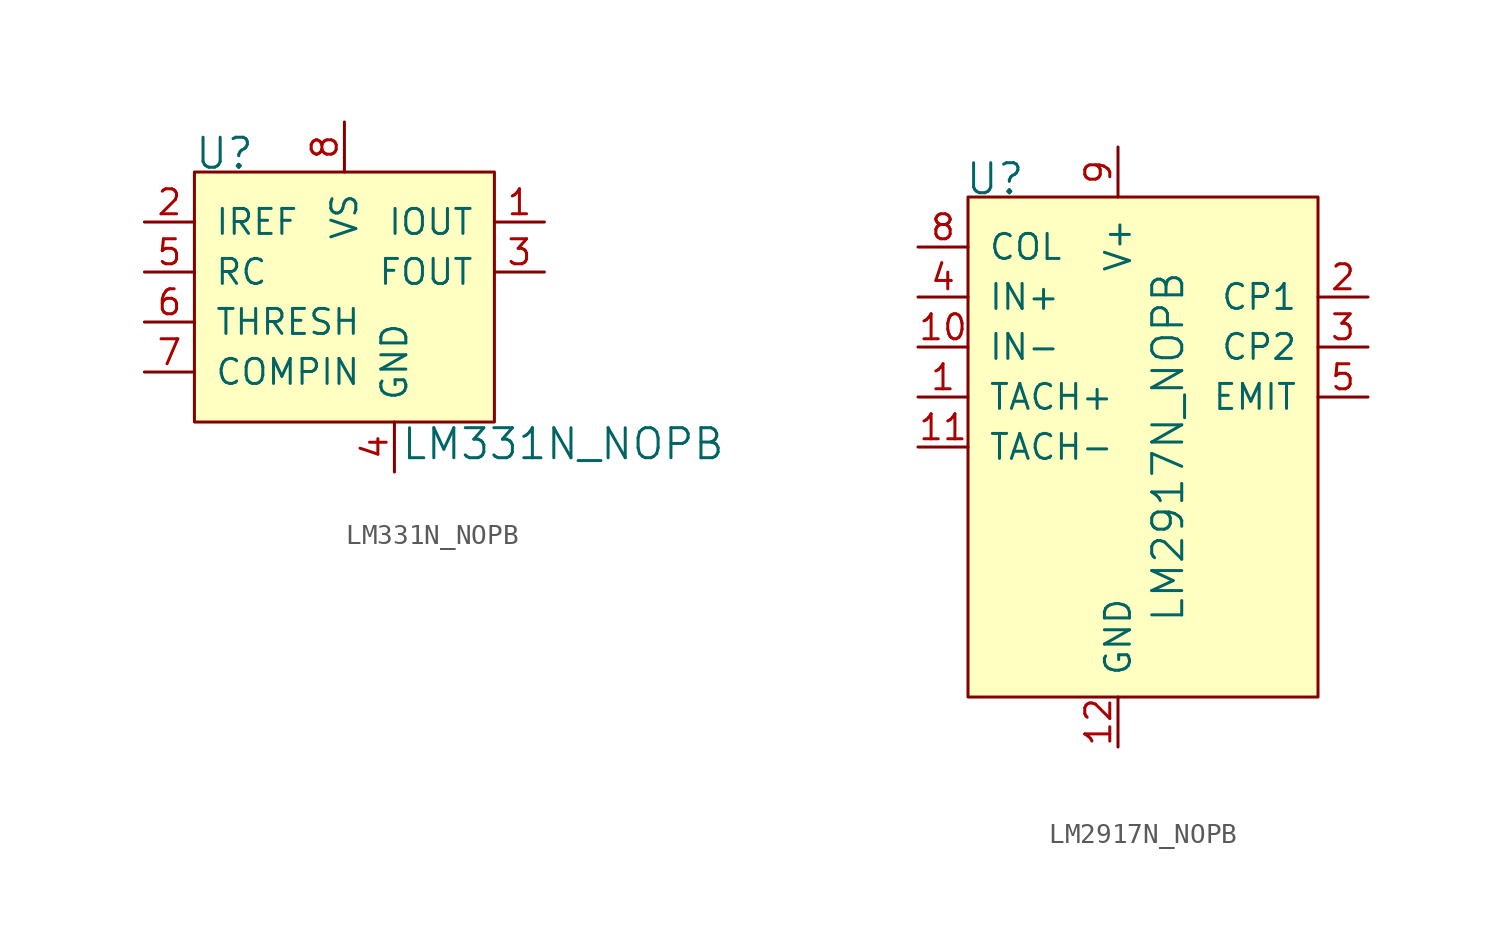
<source format=kicad_sym>
(kicad_symbol_lib
  (version 20201005)
  (generator kicad_symbol_editor)
  (symbol "LM331N_NOPB"
    (pin_names
      (offset 1.016))
    (property "Reference" "U"
      (at -7.645 0.94 0)
      (effects (font (size 1.524 1.524)) (justify left)))
    (property "Value" "LM331N_NOPB"
      (at 2.845 -13.818 0)
      (effects (font (size 1.524 1.524)) (justify left)))
    (symbol "LM331N_NOPB_0_1"
      (rectangle (start -7.62 0) (end 7.62 -12.7) (stroke (width 0)) (fill (type background))))
    (symbol "LM331N_NOPB_1_1"
      (pin output line (at 10.16 -2.54 180) (length 2.54) (name "IOUT" (effects (font (size 1.27 1.27)))) (number "1" (effects (font (size 1.27 1.27)))))
      (pin input line (at -10.16 -2.54 0) (length 2.54) (name "IREF" (effects (font (size 1.27 1.27)))) (number "2" (effects (font (size 1.27 1.27)))))
      (pin output line (at 10.16 -5.08 180) (length 2.54) (name "FOUT" (effects (font (size 1.27 1.27)))) (number "3" (effects (font (size 1.27 1.27)))))
      (pin power_in line (at 2.54 -15.24 90) (length 2.54) (name "GND" (effects (font (size 1.27 1.27)))) (number "4" (effects (font (size 1.27 1.27)))))
      (pin input line (at -10.16 -5.08 0) (length 2.54) (name "RC" (effects (font (size 1.27 1.27)))) (number "5" (effects (font (size 1.27 1.27)))))
      (pin input line (at -10.16 -7.62 0) (length 2.54) (name "THRESH" (effects (font (size 1.27 1.27)))) (number "6" (effects (font (size 1.27 1.27)))))
      (pin input line (at -10.16 -10.16 0) (length 2.54) (name "COMPIN" (effects (font (size 1.27 1.27)))) (number "7" (effects (font (size 1.27 1.27)))))
      (pin power_in line (at 0 2.54 270) (length 2.54) (name "VS" (effects (font (size 1.27 1.27)))) (number "8" (effects (font (size 1.27 1.27)))))))
  (symbol "LM2917N_NOPB"
    (pin_names
      (offset 1.016))
    (property "Reference" "U"
      (at -7.798 11.074 0)
      (effects (font (size 1.524 1.524)) (justify left)))
    (property "Value" "LM2917N_NOPB"
      (at 2.54 -2.54 90)
      (effects (font (size 1.524 1.524))))
    (symbol "LM2917N_NOPB_0_1"
      (rectangle (start -7.62 10.16) (end 10.16 -15.24) (stroke (width 0)) (fill (type background))))
    (symbol "LM2917N_NOPB_1_1"
      (pin input line (at -10.16 0 0) (length 2.54) (name "TACH+" (effects (font (size 1.27 1.27)))) (number "1" (effects (font (size 1.27 1.27)))))
      (pin output line (at 12.7 5.08 180) (length 2.54) (name "CP1" (effects (font (size 1.27 1.27)))) (number "2" (effects (font (size 1.27 1.27)))))
      (pin output line (at 12.7 2.54 180) (length 2.54) (name "CP2" (effects (font (size 1.27 1.27)))) (number "3" (effects (font (size 1.27 1.27)))))
      (pin input line (at -10.16 5.08 0) (length 2.54) (name "IN+" (effects (font (size 1.27 1.27)))) (number "4" (effects (font (size 1.27 1.27)))))
      (pin output line (at 12.7 0 180) (length 2.54) (name "EMIT" (effects (font (size 1.27 1.27)))) (number "5" (effects (font (size 1.27 1.27)))))
      (pin no_connect line (at -7.62 -5.08 0) (length 2.54) hide (name "NC" (effects (font (size 1.27 1.27)))) (number "6" (effects (font (size 1.27 1.27)))))
      (pin no_connect line (at -7.62 -7.62 0) (length 2.54) hide (name "NC" (effects (font (size 1.27 1.27)))) (number "7" (effects (font (size 1.27 1.27)))))
      (pin input line (at -10.16 7.62 0) (length 2.54) (name "COL" (effects (font (size 1.27 1.27)))) (number "8" (effects (font (size 1.27 1.27)))))
      (pin power_in line (at 0 12.7 270) (length 2.54) (name "V+" (effects (font (size 1.27 1.27)))) (number "9" (effects (font (size 1.27 1.27)))))
      (pin input line (at -10.16 2.54 0) (length 2.54) (name "IN-" (effects (font (size 1.27 1.27)))) (number "10" (effects (font (size 1.27 1.27)))))
      (pin input line (at -10.16 -2.54 0) (length 2.54) (name "TACH-" (effects (font (size 1.27 1.27)))) (number "11" (effects (font (size 1.27 1.27)))))
      (pin power_in line (at 0 -17.78 90) (length 2.54) (name "GND" (effects (font (size 1.27 1.27)))) (number "12" (effects (font (size 1.27 1.27)))))
      (pin no_connect line (at -7.62 -10.16 0) (length 2.54) hide (name "NC" (effects (font (size 1.27 1.27)))) (number "13" (effects (font (size 1.27 1.27)))))
      (pin no_connect line (at -7.62 -12.7 0) (length 2.54) hide (name "NC" (effects (font (size 1.27 1.27)))) (number "14" (effects (font (size 1.27 1.27))))))))
</source>
